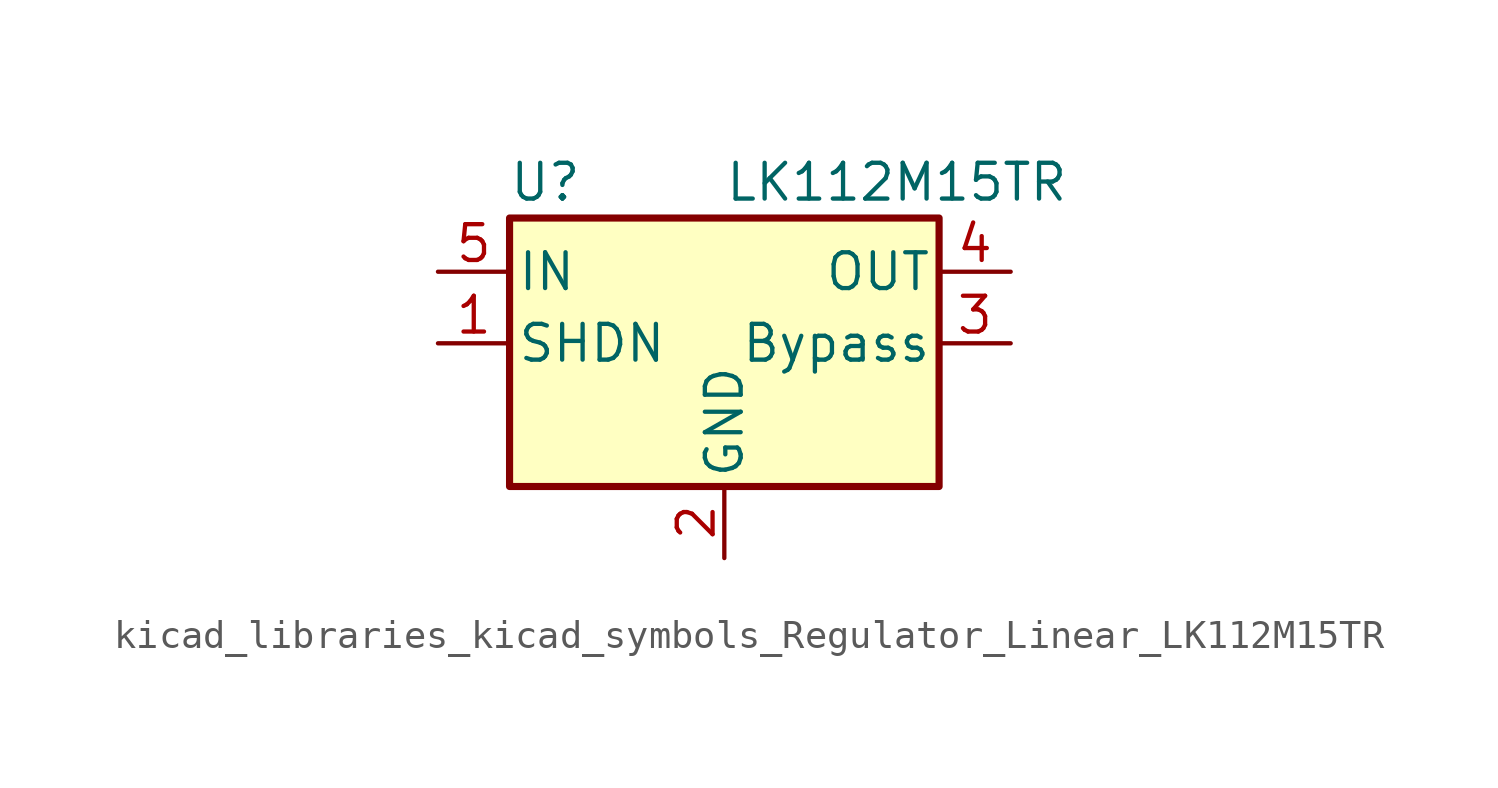
<source format=kicad_sym>
(kicad_symbol_lib
  (version 20220914)
  (generator kicad_symbol_editor)
  (symbol "kicad_libraries_kicad_symbols_Regulator_Linear_LK112M15TR"
    (pin_names
      (offset 0.254))
    (property "Reference" "U"
      (at -6.35 5.715 0)
      (effects (font (size 1.27 1.27))))
    (property "Value" "LK112M15TR"
      (at 0 5.715 0)
      (effects (font (size 1.27 1.27)) (justify left)))
    (symbol "kicad_libraries_kicad_symbols_Regulator_Linear_LK112M15TR_0_1"
      (rectangle (start -7.62 4.445) (end 7.62 -5.08) (stroke (width 0.254) (type default)) (fill (type background))))
    (symbol "kicad_libraries_kicad_symbols_Regulator_Linear_LK112M15TR_1_1"
      (pin input line (at -10.16 0 0) (length 2.54) (name "SHDN" (effects (font (size 1.27 1.27)))) (number "1" (effects (font (size 1.27 1.27)))))
      (pin power_in line (at 0 -7.62 90) (length 2.54) (name "GND" (effects (font (size 1.27 1.27)))) (number "2" (effects (font (size 1.27 1.27)))))
      (pin passive line (at 10.16 0 180) (length 2.54) (name "Bypass" (effects (font (size 1.27 1.27)))) (number "3" (effects (font (size 1.27 1.27)))))
      (pin power_out line (at 10.16 2.54 180) (length 2.54) (name "OUT" (effects (font (size 1.27 1.27)))) (number "4" (effects (font (size 1.27 1.27)))))
      (pin power_in line (at -10.16 2.54 0) (length 2.54) (name "IN" (effects (font (size 1.27 1.27)))) (number "5" (effects (font (size 1.27 1.27))))))))
</source>
